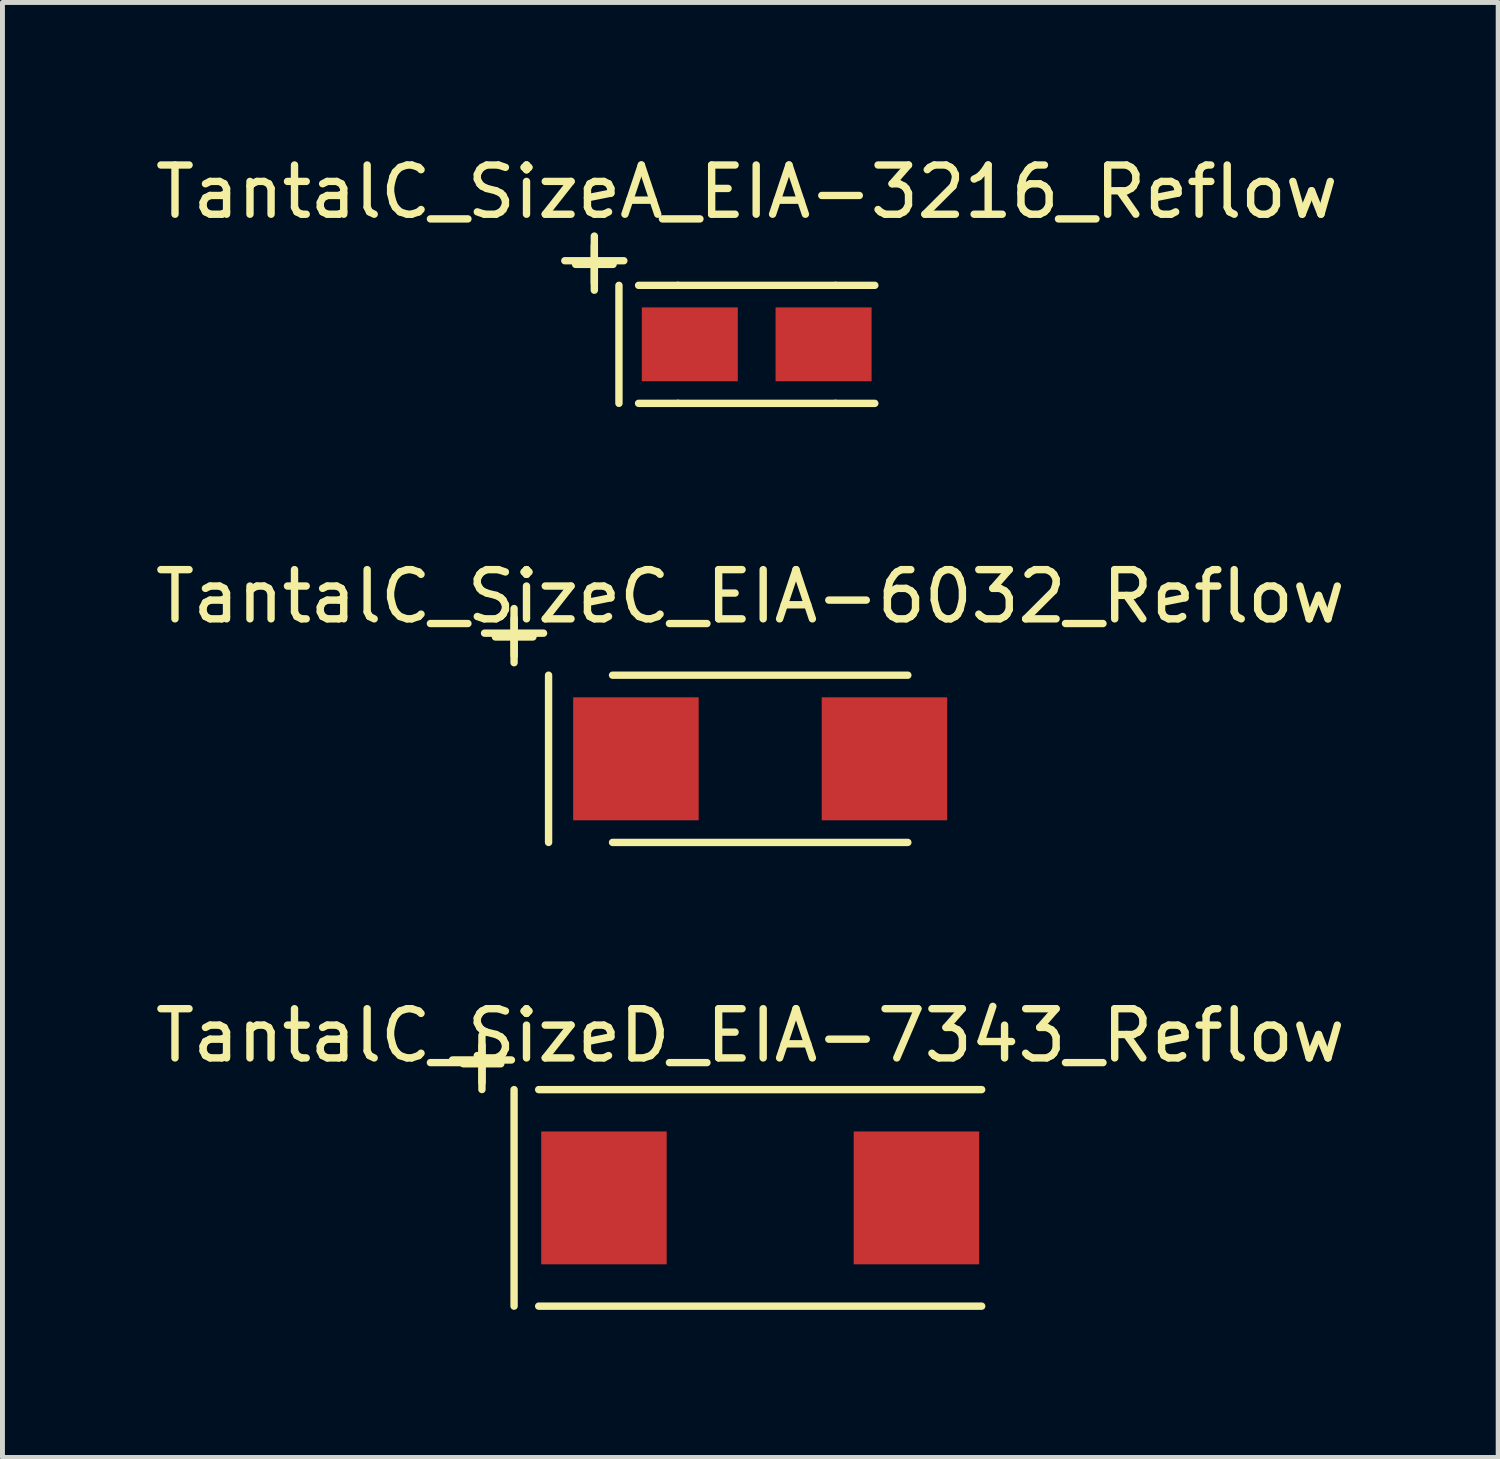
<source format=kicad_pcb>
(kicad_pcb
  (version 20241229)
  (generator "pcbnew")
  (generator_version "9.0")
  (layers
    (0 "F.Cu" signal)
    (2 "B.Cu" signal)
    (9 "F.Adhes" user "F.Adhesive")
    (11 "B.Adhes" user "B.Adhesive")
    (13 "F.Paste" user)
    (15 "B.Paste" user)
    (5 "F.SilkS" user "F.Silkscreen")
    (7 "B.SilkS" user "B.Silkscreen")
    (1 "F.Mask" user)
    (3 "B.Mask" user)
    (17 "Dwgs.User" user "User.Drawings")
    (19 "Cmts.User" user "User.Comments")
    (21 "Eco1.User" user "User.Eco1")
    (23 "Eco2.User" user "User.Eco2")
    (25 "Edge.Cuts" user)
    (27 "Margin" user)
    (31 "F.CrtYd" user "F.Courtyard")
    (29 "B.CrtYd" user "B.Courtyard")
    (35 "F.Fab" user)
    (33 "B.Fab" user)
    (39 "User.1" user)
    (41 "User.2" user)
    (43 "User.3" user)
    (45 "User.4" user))
  (footprint "TantalC_SizeD_EIA-7343_Reflow"
    (layer "F.Cu")
    (at 12.397 21.291)
    (property "Reference" "TantalC_SizeD_EIA-7343_Reflow" (at -0.201 -3.299 0) (layer "F.SilkS") (effects (font (size 1 1) (thickness 0.15))))
    (attr smd)
    (fp_line (start -6.253 -2.802) (end -5.055 -2.802) (stroke (width 0.15) (type solid)) (layer "F.SilkS"))
    (fp_line (start -5.654 -3.302) (end -5.654 -2.202) (stroke (width 0.15) (type solid)) (layer "F.SilkS"))
    (fp_line (start -5.001 -2.2) (end -5.001 2.2) (stroke (width 0.15) (type solid)) (layer "F.SilkS"))
    (fp_line (start -4.501 2.2) (end 4.501 2.2) (stroke (width 0.15) (type solid)) (layer "F.SilkS"))
    (fp_line (start 4.501 -2.2) (end -4.501 -2.2) (stroke (width 0.15) (type solid)) (layer "F.SilkS"))
    (fp_text user "+" (at -5.652 -2.799 0) (layer "F.SilkS") (effects (font (size 1 1) (thickness 0.15))))
    (pad "1" smd rect (at -3.175 0) (size 2.55 2.7) (layers "F.Cu" "F.Mask" "F.Paste"))
    (pad "2" smd rect (at 3.175 0) (size 2.55 2.7) (layers "F.Cu" "F.Mask" "F.Paste")))
  (footprint "TantalC_SizeA_EIA-3216_Reflow"
    (layer "F.Cu")
    (at 12.326 3.947)
    (property "Reference" "TantalC_SizeA_EIA-3216_Reflow" (at -0.201 -3.099 0) (layer "F.SilkS") (effects (font (size 1 1) (thickness 0.15))))
    (attr smd)
    (fp_line (start -3.899 -1.699) (end -2.7 -1.699) (stroke (width 0.15) (type solid)) (layer "F.SilkS"))
    (fp_line (start -3.299 -2.2) (end -3.299 -1.1) (stroke (width 0.15) (type solid)) (layer "F.SilkS"))
    (fp_line (start -2.799 -1.199) (end -2.799 1.199) (stroke (width 0.15) (type solid)) (layer "F.SilkS"))
    (fp_line (start -1.6 -1.199) (end -2.4 -1.199) (stroke (width 0.15) (type solid)) (layer "F.SilkS"))
    (fp_line (start -1.6 1.199) (end -2.4 1.199) (stroke (width 0.15) (type solid)) (layer "F.SilkS"))
    (fp_line (start 1.6 -1.199) (end -1.6 -1.199) (stroke (width 0.15) (type solid)) (layer "F.SilkS"))
    (fp_line (start 1.6 -1.199) (end 2.4 -1.199) (stroke (width 0.15) (type solid)) (layer "F.SilkS"))
    (fp_line (start 1.6 1.199) (end -1.6 1.199) (stroke (width 0.15) (type solid)) (layer "F.SilkS"))
    (fp_line (start 1.6 1.199) (end 2.4 1.199) (stroke (width 0.15) (type solid)) (layer "F.SilkS"))
    (fp_text user "+" (at -3.299 -1.699 0) (layer "F.SilkS") (effects (font (size 1 1) (thickness 0.15))))
    (pad "1" smd rect (at -1.359 0) (size 1.951 1.501) (layers "F.Cu" "F.Mask" "F.Paste"))
    (pad "2" smd rect (at 1.359 0) (size 1.951 1.501) (layers "F.Cu" "F.Mask" "F.Paste")))
  (footprint "TantalC_SizeC_EIA-6032_Reflow"
    (layer "F.Cu")
    (at 12.397 12.369)
    (property "Reference" "TantalC_SizeC_EIA-6032_Reflow" (at -0.201 -3.299 0) (layer "F.SilkS") (effects (font (size 1 1) (thickness 0.15))))
    (attr smd)
    (fp_line (start -5.601 -2.553) (end -4.402 -2.553) (stroke (width 0.15) (type solid)) (layer "F.SilkS"))
    (fp_line (start -5.001 -3.053) (end -5.001 -1.953) (stroke (width 0.15) (type solid)) (layer "F.SilkS"))
    (fp_line (start -4.3 -1.699) (end -4.3 1.699) (stroke (width 0.15) (type solid)) (layer "F.SilkS"))
    (fp_line (start 3 -1.699) (end -3 -1.699) (stroke (width 0.15) (type solid)) (layer "F.SilkS"))
    (fp_line (start 3 1.699) (end -3 1.699) (stroke (width 0.15) (type solid)) (layer "F.SilkS"))
    (fp_text user "+" (at -4.999 -2.55 0) (layer "F.SilkS") (effects (font (size 1 1) (thickness 0.15))))
    (pad "1" smd rect (at -2.525 0) (size 2.55 2.499) (layers "F.Cu" "F.Mask" "F.Paste"))
    (pad "2" smd rect (at 2.525 0) (size 2.55 2.499) (layers "F.Cu" "F.Mask" "F.Paste")))
  (gr_rect
    (start -3 -3)
    (end 27.393 26.565)
    (stroke (width 0.1) (type default))
    (fill no)
    (layer "Edge.Cuts")))
</source>
